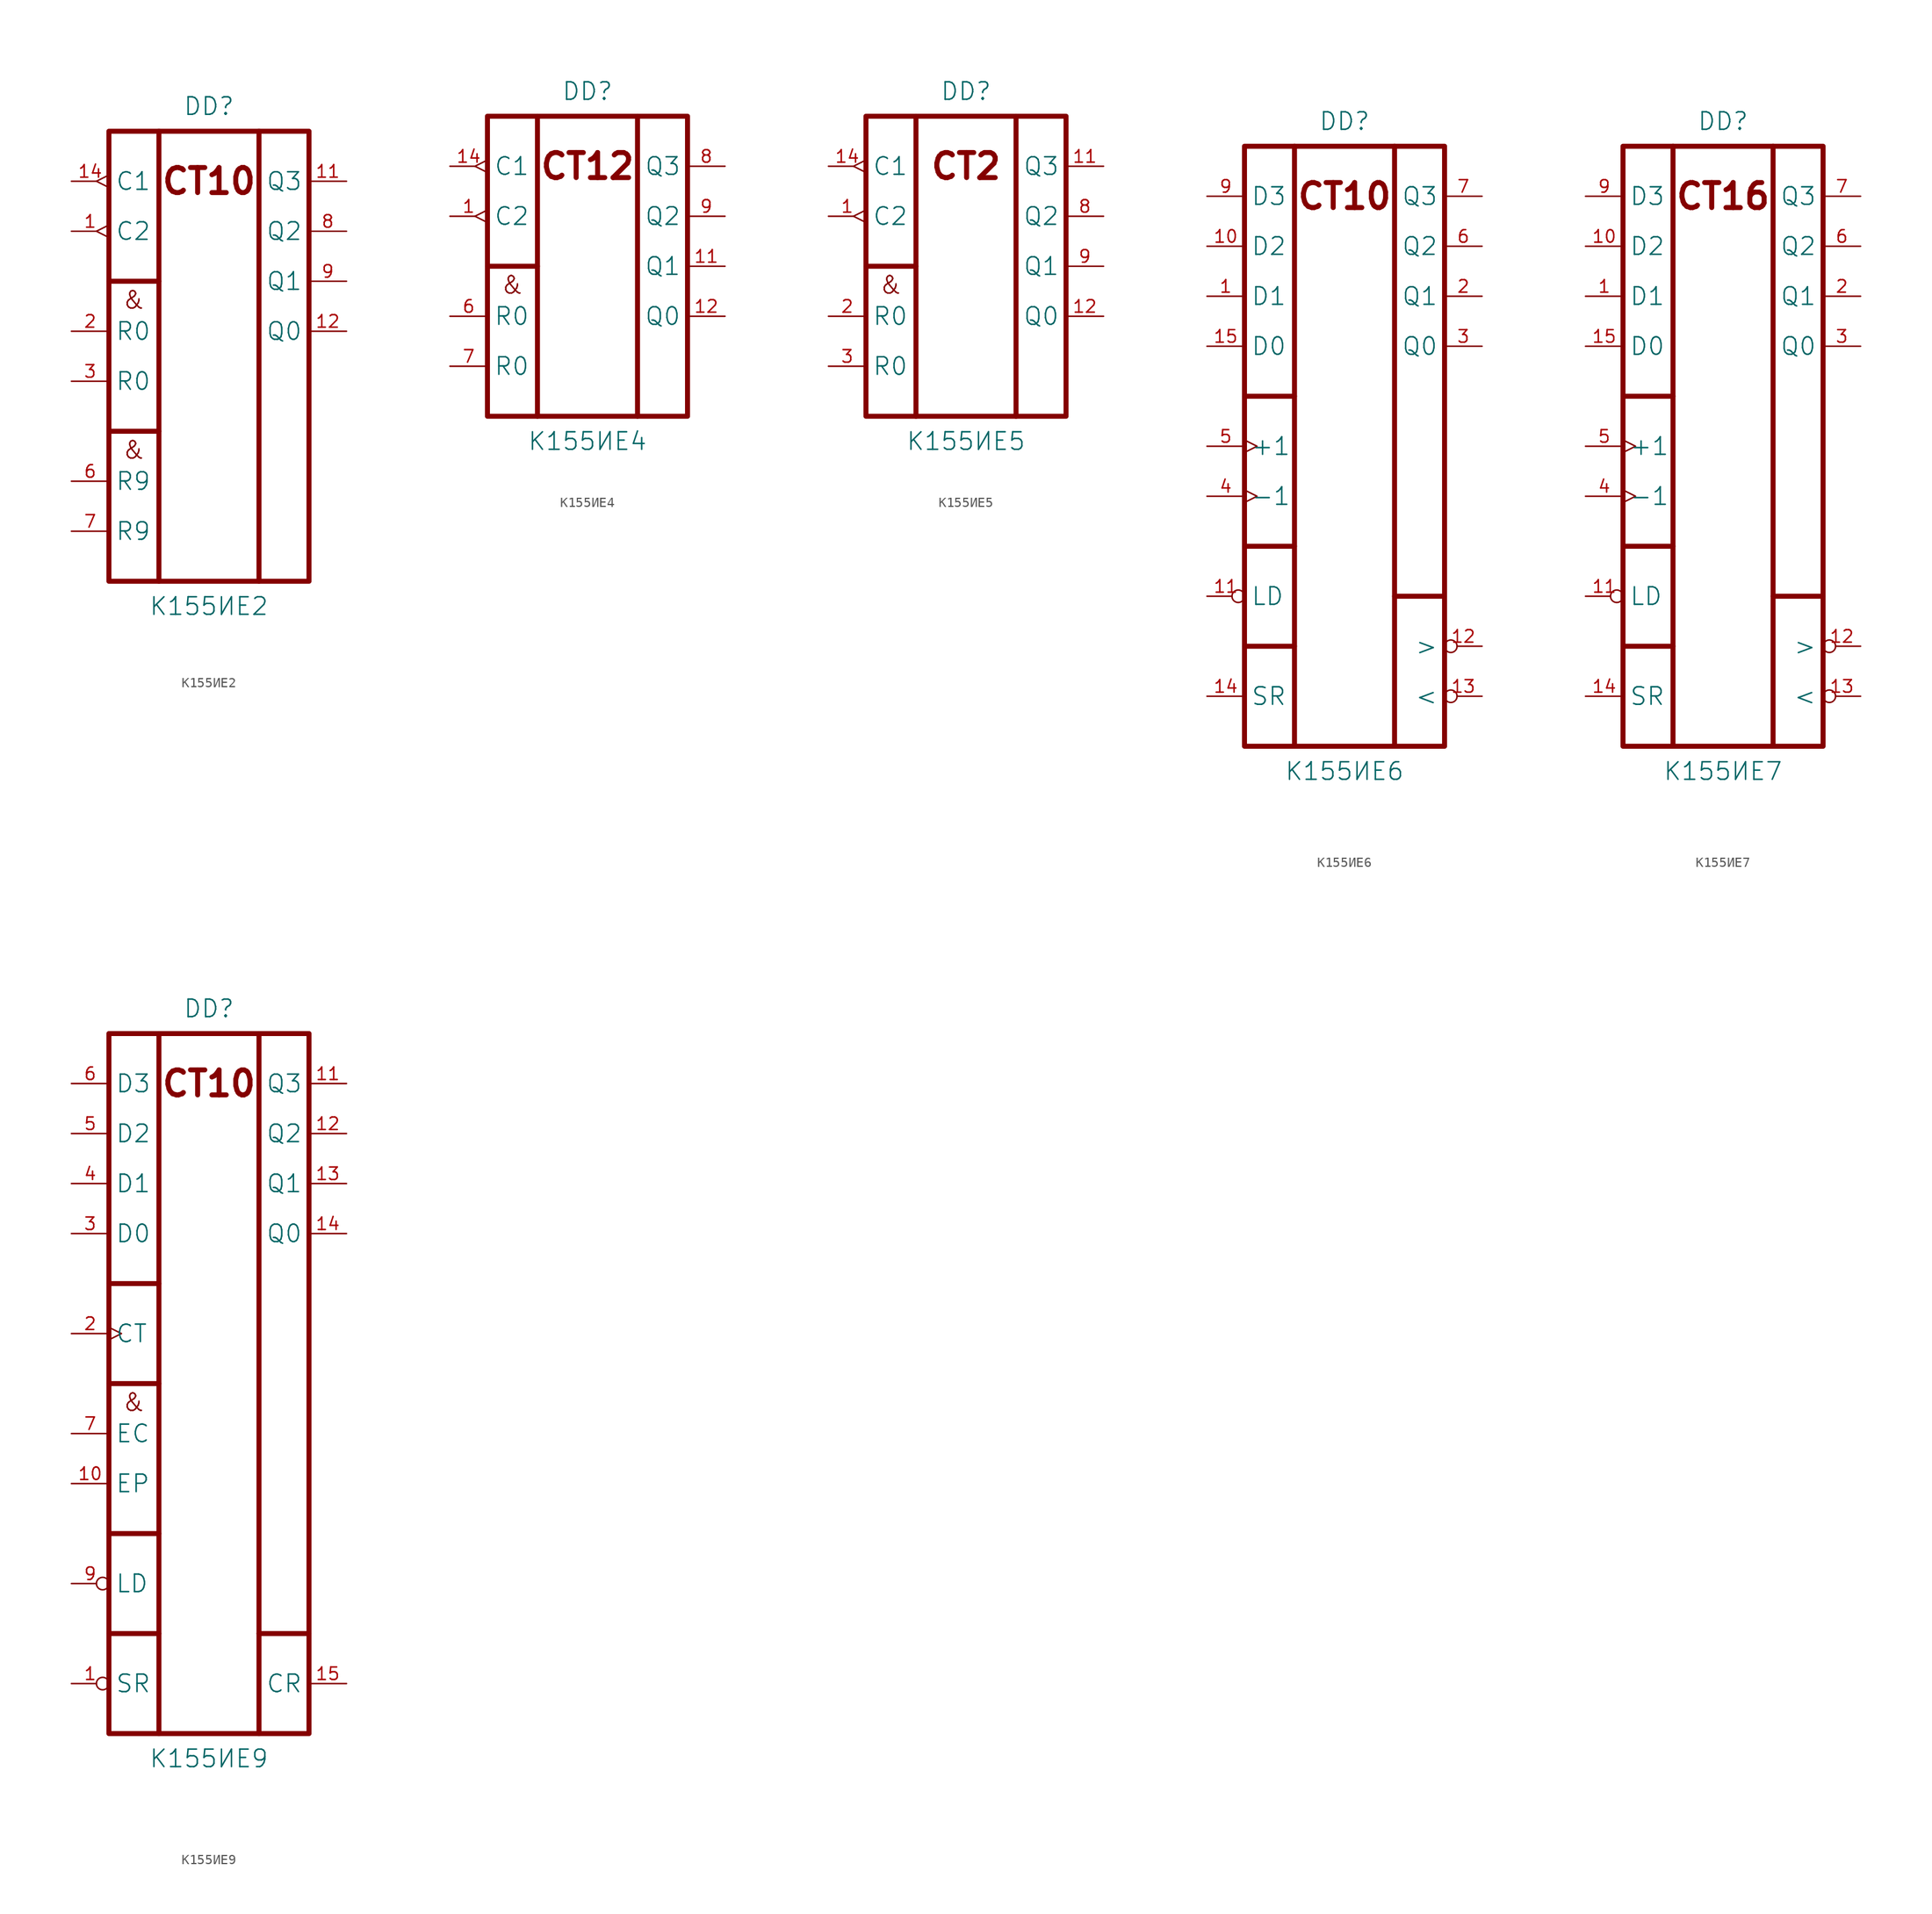
<source format=kicad_sym>
(kicad_symbol_lib
  (version 20211014)
  (generator kicad_symbol_editor)
  (symbol "К155ИЕ2"
    (pin_names
      (offset 0.635))
    (property "Reference" "DD"
      (at 0 25.4 0)
      (effects (font (size 1.778 1.778))))
    (property "Value" "К155ИЕ2"
      (at 0 -25.4 0)
      (effects (font (size 1.778 1.778))))
    (symbol "К155ИЕ2_0_0"
      (polyline (pts (xy 5.08 22.86) (xy 5.08 -22.86)) (stroke (width 0.508) (type default) (color 0 0 0 0)) (fill (type none)))
      (text "&" (at -7.62 -9.525 0) (effects (font (size 1.778 1.778))))
      (text "&" (at -7.62 5.715 0) (effects (font (size 1.778 1.778))))
      (text "CT10" (at 0 17.78 0) (effects (font (size 2.54 2.54) bold))))
    (symbol "К155ИЕ2_0_1"
      (rectangle (start -10.16 22.86) (end 10.16 -22.86) (stroke (width 0.508) (type default) (color 0 0 0 0)) (fill (type none)))
      (polyline (pts (xy -5.08 -7.62) (xy -10.16 -7.62)) (stroke (width 0.508) (type default) (color 0 0 0 0)) (fill (type none)))
      (polyline (pts (xy -5.08 7.62) (xy -10.16 7.62)) (stroke (width 0.508) (type default) (color 0 0 0 0)) (fill (type none)))
      (polyline (pts (xy -5.08 22.86) (xy -5.08 -22.86)) (stroke (width 0.508) (type default) (color 0 0 0 0)) (fill (type none))))
    (symbol "К155ИЕ2_1_1"
      (pin input edge_clock_high (at -13.97 12.7 0) (length 3.81) (name "C2" (effects (font (size 1.778 1.778)))) (number "1" (effects (font (size 1.27 1.27)))))
      (pin power_in non_logic (at 13.97 -20.32 180) (length 3.81) hide (name "GND" (effects (font (size 1.27 1.27)))) (number "10" (effects (font (size 1.27 1.27)))))
      (pin output line (at 13.97 17.78 180) (length 3.81) (name "Q3" (effects (font (size 1.778 1.778)))) (number "11" (effects (font (size 1.27 1.27)))))
      (pin output line (at 13.97 2.54 180) (length 3.81) (name "Q0" (effects (font (size 1.778 1.778)))) (number "12" (effects (font (size 1.27 1.27)))))
      (pin input edge_clock_high (at -13.97 17.78 0) (length 3.81) (name "C1" (effects (font (size 1.778 1.778)))) (number "14" (effects (font (size 1.27 1.27)))))
      (pin input line (at -13.97 2.54 0) (length 3.81) (name "R0" (effects (font (size 1.778 1.778)))) (number "2" (effects (font (size 1.27 1.27)))))
      (pin input line (at -13.97 -2.54 0) (length 3.81) (name "R0" (effects (font (size 1.778 1.778)))) (number "3" (effects (font (size 1.27 1.27)))))
      (pin power_in non_logic (at 13.97 20.32 180) (length 3.81) hide (name "VCC" (effects (font (size 1.27 1.27)))) (number "5" (effects (font (size 1.27 1.27)))))
      (pin input line (at -13.97 -12.7 0) (length 3.81) (name "R9" (effects (font (size 1.778 1.778)))) (number "6" (effects (font (size 1.27 1.27)))))
      (pin input line (at -13.97 -17.78 0) (length 3.81) (name "R9" (effects (font (size 1.778 1.778)))) (number "7" (effects (font (size 1.27 1.27)))))
      (pin output line (at 13.97 12.7 180) (length 3.81) (name "Q2" (effects (font (size 1.778 1.778)))) (number "8" (effects (font (size 1.27 1.27)))))
      (pin output line (at 13.97 7.62 180) (length 3.81) (name "Q1" (effects (font (size 1.778 1.778)))) (number "9" (effects (font (size 1.27 1.27)))))))
  (symbol "К155ИЕ4"
    (pin_names
      (offset 0.635))
    (property "Reference" "DD"
      (at 0 17.78 0)
      (effects (font (size 1.778 1.778))))
    (property "Value" "К155ИЕ4"
      (at 0 -17.78 0)
      (effects (font (size 1.778 1.778))))
    (symbol "К155ИЕ4_0_0"
      (polyline (pts (xy 5.08 15.24) (xy 5.08 -15.24)) (stroke (width 0.508) (type default) (color 0 0 0 0)) (fill (type none)))
      (text "&" (at -7.62 -1.905 0) (effects (font (size 1.778 1.778))))
      (text "CT12" (at 0 10.16 0) (effects (font (size 2.54 2.54) bold))))
    (symbol "К155ИЕ4_0_1"
      (rectangle (start -10.16 15.24) (end 10.16 -15.24) (stroke (width 0.508) (type default) (color 0 0 0 0)) (fill (type none)))
      (polyline (pts (xy -5.08 0) (xy -10.16 0)) (stroke (width 0.508) (type default) (color 0 0 0 0)) (fill (type none)))
      (polyline (pts (xy -5.08 15.24) (xy -5.08 -15.24)) (stroke (width 0.508) (type default) (color 0 0 0 0)) (fill (type none))))
    (symbol "К155ИЕ4_1_1"
      (pin input edge_clock_high (at -13.97 5.08 0) (length 3.81) (name "C2" (effects (font (size 1.778 1.778)))) (number "1" (effects (font (size 1.27 1.27)))))
      (pin power_in non_logic (at 13.97 -12.7 180) (length 3.81) hide (name "GND" (effects (font (size 1.27 1.27)))) (number "10" (effects (font (size 1.27 1.27)))))
      (pin output line (at 13.97 0 180) (length 3.81) (name "Q1" (effects (font (size 1.778 1.778)))) (number "11" (effects (font (size 1.27 1.27)))))
      (pin output line (at 13.97 -5.08 180) (length 3.81) (name "Q0" (effects (font (size 1.778 1.778)))) (number "12" (effects (font (size 1.27 1.27)))))
      (pin input edge_clock_high (at -13.97 10.16 0) (length 3.81) (name "C1" (effects (font (size 1.778 1.778)))) (number "14" (effects (font (size 1.27 1.27)))))
      (pin power_in non_logic (at 13.97 12.7 180) (length 3.81) hide (name "VCC" (effects (font (size 1.27 1.27)))) (number "5" (effects (font (size 1.27 1.27)))))
      (pin input line (at -13.97 -5.08 0) (length 3.81) (name "R0" (effects (font (size 1.778 1.778)))) (number "6" (effects (font (size 1.27 1.27)))))
      (pin input line (at -13.97 -10.16 0) (length 3.81) (name "R0" (effects (font (size 1.778 1.778)))) (number "7" (effects (font (size 1.27 1.27)))))
      (pin output line (at 13.97 10.16 180) (length 3.81) (name "Q3" (effects (font (size 1.778 1.778)))) (number "8" (effects (font (size 1.27 1.27)))))
      (pin output line (at 13.97 5.08 180) (length 3.81) (name "Q2" (effects (font (size 1.778 1.778)))) (number "9" (effects (font (size 1.27 1.27)))))))
  (symbol "К155ИЕ5"
    (pin_names
      (offset 0.635))
    (property "Reference" "DD"
      (at 0 17.78 0)
      (effects (font (size 1.778 1.778))))
    (property "Value" "К155ИЕ5"
      (at 0 -17.78 0)
      (effects (font (size 1.778 1.778))))
    (symbol "К155ИЕ5_0_0"
      (polyline (pts (xy 5.08 15.24) (xy 5.08 -15.24)) (stroke (width 0.508) (type default) (color 0 0 0 0)) (fill (type none)))
      (text "&" (at -7.62 -1.905 0) (effects (font (size 1.778 1.778))))
      (text "CT2" (at 0 10.16 0) (effects (font (size 2.54 2.54) bold))))
    (symbol "К155ИЕ5_0_1"
      (rectangle (start -10.16 15.24) (end 10.16 -15.24) (stroke (width 0.508) (type default) (color 0 0 0 0)) (fill (type none)))
      (polyline (pts (xy -5.08 0) (xy -10.16 0)) (stroke (width 0.508) (type default) (color 0 0 0 0)) (fill (type none)))
      (polyline (pts (xy -5.08 15.24) (xy -5.08 -15.24)) (stroke (width 0.508) (type default) (color 0 0 0 0)) (fill (type none))))
    (symbol "К155ИЕ5_1_1"
      (pin input edge_clock_high (at -13.97 5.08 0) (length 3.81) (name "C2" (effects (font (size 1.778 1.778)))) (number "1" (effects (font (size 1.27 1.27)))))
      (pin power_in non_logic (at 13.97 -12.7 180) (length 3.81) hide (name "GND" (effects (font (size 1.27 1.27)))) (number "10" (effects (font (size 1.27 1.27)))))
      (pin output line (at 13.97 10.16 180) (length 3.81) (name "Q3" (effects (font (size 1.778 1.778)))) (number "11" (effects (font (size 1.27 1.27)))))
      (pin output line (at 13.97 -5.08 180) (length 3.81) (name "Q0" (effects (font (size 1.778 1.778)))) (number "12" (effects (font (size 1.27 1.27)))))
      (pin input edge_clock_high (at -13.97 10.16 0) (length 3.81) (name "C1" (effects (font (size 1.778 1.778)))) (number "14" (effects (font (size 1.27 1.27)))))
      (pin input line (at -13.97 -5.08 0) (length 3.81) (name "R0" (effects (font (size 1.778 1.778)))) (number "2" (effects (font (size 1.27 1.27)))))
      (pin input line (at -13.97 -10.16 0) (length 3.81) (name "R0" (effects (font (size 1.778 1.778)))) (number "3" (effects (font (size 1.27 1.27)))))
      (pin power_in non_logic (at 13.97 12.7 180) (length 3.81) hide (name "VCC" (effects (font (size 1.27 1.27)))) (number "5" (effects (font (size 1.27 1.27)))))
      (pin output line (at 13.97 5.08 180) (length 3.81) (name "Q2" (effects (font (size 1.778 1.778)))) (number "8" (effects (font (size 1.27 1.27)))))
      (pin output line (at 13.97 0 180) (length 3.81) (name "Q1" (effects (font (size 1.778 1.778)))) (number "9" (effects (font (size 1.27 1.27)))))))
  (symbol "К155ИЕ6"
    (pin_names
      (offset 0.635))
    (property "Reference" "DD"
      (at 0 33.02 0)
      (effects (font (size 1.778 1.778))))
    (property "Value" "К155ИЕ6"
      (at 0 -33.02 0)
      (effects (font (size 1.778 1.778))))
    (symbol "К155ИЕ6_0_0"
      (polyline (pts (xy 5.08 -15.24) (xy 10.16 -15.24)) (stroke (width 0.508) (type default) (color 0 0 0 0)) (fill (type none)))
      (polyline (pts (xy 5.08 30.48) (xy 5.08 -30.48)) (stroke (width 0.508) (type default) (color 0 0 0 0)) (fill (type none)))
      (text "CT10" (at 0 25.4 0) (effects (font (size 2.54 2.54) bold))))
    (symbol "К155ИЕ6_0_1"
      (rectangle (start -10.16 30.48) (end 10.16 -30.48) (stroke (width 0.508) (type default) (color 0 0 0 0)) (fill (type none)))
      (polyline (pts (xy -5.08 -20.32) (xy -10.16 -20.32)) (stroke (width 0.508) (type default) (color 0 0 0 0)) (fill (type none)))
      (polyline (pts (xy -5.08 -10.16) (xy -10.16 -10.16)) (stroke (width 0.508) (type default) (color 0 0 0 0)) (fill (type none)))
      (polyline (pts (xy -5.08 5.08) (xy -10.16 5.08)) (stroke (width 0.508) (type default) (color 0 0 0 0)) (fill (type none)))
      (polyline (pts (xy -5.08 30.48) (xy -5.08 -30.48)) (stroke (width 0.508) (type default) (color 0 0 0 0)) (fill (type none))))
    (symbol "К155ИЕ6_1_1"
      (pin input line (at -13.97 15.24 0) (length 3.81) (name "D1" (effects (font (size 1.778 1.778)))) (number "1" (effects (font (size 1.27 1.27)))))
      (pin input line (at -13.97 20.32 0) (length 3.81) (name "D2" (effects (font (size 1.778 1.778)))) (number "10" (effects (font (size 1.27 1.27)))))
      (pin input inverted (at -13.97 -15.24 0) (length 3.81) (name "LD" (effects (font (size 1.778 1.778)))) (number "11" (effects (font (size 1.27 1.27)))))
      (pin output inverted (at 13.97 -20.32 180) (length 3.81) (name ">" (effects (font (size 1.778 1.778)))) (number "12" (effects (font (size 1.27 1.27)))))
      (pin output inverted (at 13.97 -25.4 180) (length 3.81) (name "<" (effects (font (size 1.778 1.778)))) (number "13" (effects (font (size 1.27 1.27)))))
      (pin input line (at -13.97 -25.4 0) (length 3.81) (name "SR" (effects (font (size 1.778 1.778)))) (number "14" (effects (font (size 1.27 1.27)))))
      (pin input line (at -13.97 10.16 0) (length 3.81) (name "D0" (effects (font (size 1.778 1.778)))) (number "15" (effects (font (size 1.27 1.27)))))
      (pin power_in non_logic (at 13.97 27.94 180) (length 3.81) hide (name "VCC" (effects (font (size 1.27 1.27)))) (number "16" (effects (font (size 1.27 1.27)))))
      (pin output line (at 13.97 15.24 180) (length 3.81) (name "Q1" (effects (font (size 1.778 1.778)))) (number "2" (effects (font (size 1.27 1.27)))))
      (pin output line (at 13.97 10.16 180) (length 3.81) (name "Q0" (effects (font (size 1.778 1.778)))) (number "3" (effects (font (size 1.27 1.27)))))
      (pin input clock (at -13.97 -5.08 0) (length 3.81) (name "-1" (effects (font (size 1.778 1.778)))) (number "4" (effects (font (size 1.27 1.27)))))
      (pin input clock (at -13.97 0 0) (length 3.81) (name "+1" (effects (font (size 1.778 1.778)))) (number "5" (effects (font (size 1.27 1.27)))))
      (pin output line (at 13.97 20.32 180) (length 3.81) (name "Q2" (effects (font (size 1.778 1.778)))) (number "6" (effects (font (size 1.27 1.27)))))
      (pin output line (at 13.97 25.4 180) (length 3.81) (name "Q3" (effects (font (size 1.778 1.778)))) (number "7" (effects (font (size 1.27 1.27)))))
      (pin power_in non_logic (at 13.97 -27.94 180) (length 3.81) hide (name "GND" (effects (font (size 1.27 1.27)))) (number "8" (effects (font (size 1.27 1.27)))))
      (pin input line (at -13.97 25.4 0) (length 3.81) (name "D3" (effects (font (size 1.778 1.778)))) (number "9" (effects (font (size 1.27 1.27)))))))
  (symbol "К155ИЕ7"
    (pin_names
      (offset 0.635))
    (property "Reference" "DD"
      (at 0 33.02 0)
      (effects (font (size 1.778 1.778))))
    (property "Value" "К155ИЕ7"
      (at 0 -33.02 0)
      (effects (font (size 1.778 1.778))))
    (symbol "К155ИЕ7_0_0"
      (polyline (pts (xy 5.08 -15.24) (xy 10.16 -15.24)) (stroke (width 0.508) (type default) (color 0 0 0 0)) (fill (type none)))
      (polyline (pts (xy 5.08 30.48) (xy 5.08 -30.48)) (stroke (width 0.508) (type default) (color 0 0 0 0)) (fill (type none)))
      (text "CT16" (at 0 25.4 0) (effects (font (size 2.54 2.54) bold))))
    (symbol "К155ИЕ7_0_1"
      (rectangle (start -10.16 30.48) (end 10.16 -30.48) (stroke (width 0.508) (type default) (color 0 0 0 0)) (fill (type none)))
      (polyline (pts (xy -5.08 -20.32) (xy -10.16 -20.32)) (stroke (width 0.508) (type default) (color 0 0 0 0)) (fill (type none)))
      (polyline (pts (xy -5.08 -10.16) (xy -10.16 -10.16)) (stroke (width 0.508) (type default) (color 0 0 0 0)) (fill (type none)))
      (polyline (pts (xy -5.08 5.08) (xy -10.16 5.08)) (stroke (width 0.508) (type default) (color 0 0 0 0)) (fill (type none)))
      (polyline (pts (xy -5.08 30.48) (xy -5.08 -30.48)) (stroke (width 0.508) (type default) (color 0 0 0 0)) (fill (type none))))
    (symbol "К155ИЕ7_1_1"
      (pin input line (at -13.97 15.24 0) (length 3.81) (name "D1" (effects (font (size 1.778 1.778)))) (number "1" (effects (font (size 1.27 1.27)))))
      (pin input line (at -13.97 20.32 0) (length 3.81) (name "D2" (effects (font (size 1.778 1.778)))) (number "10" (effects (font (size 1.27 1.27)))))
      (pin input inverted (at -13.97 -15.24 0) (length 3.81) (name "LD" (effects (font (size 1.778 1.778)))) (number "11" (effects (font (size 1.27 1.27)))))
      (pin output inverted (at 13.97 -20.32 180) (length 3.81) (name ">" (effects (font (size 1.778 1.778)))) (number "12" (effects (font (size 1.27 1.27)))))
      (pin output inverted (at 13.97 -25.4 180) (length 3.81) (name "<" (effects (font (size 1.778 1.778)))) (number "13" (effects (font (size 1.27 1.27)))))
      (pin input line (at -13.97 -25.4 0) (length 3.81) (name "SR" (effects (font (size 1.778 1.778)))) (number "14" (effects (font (size 1.27 1.27)))))
      (pin input line (at -13.97 10.16 0) (length 3.81) (name "D0" (effects (font (size 1.778 1.778)))) (number "15" (effects (font (size 1.27 1.27)))))
      (pin power_in non_logic (at 13.97 27.94 180) (length 3.81) hide (name "VCC" (effects (font (size 1.27 1.27)))) (number "16" (effects (font (size 1.27 1.27)))))
      (pin output line (at 13.97 15.24 180) (length 3.81) (name "Q1" (effects (font (size 1.778 1.778)))) (number "2" (effects (font (size 1.27 1.27)))))
      (pin output line (at 13.97 10.16 180) (length 3.81) (name "Q0" (effects (font (size 1.778 1.778)))) (number "3" (effects (font (size 1.27 1.27)))))
      (pin input clock (at -13.97 -5.08 0) (length 3.81) (name "-1" (effects (font (size 1.778 1.778)))) (number "4" (effects (font (size 1.27 1.27)))))
      (pin input clock (at -13.97 0 0) (length 3.81) (name "+1" (effects (font (size 1.778 1.778)))) (number "5" (effects (font (size 1.27 1.27)))))
      (pin output line (at 13.97 20.32 180) (length 3.81) (name "Q2" (effects (font (size 1.778 1.778)))) (number "6" (effects (font (size 1.27 1.27)))))
      (pin output line (at 13.97 25.4 180) (length 3.81) (name "Q3" (effects (font (size 1.778 1.778)))) (number "7" (effects (font (size 1.27 1.27)))))
      (pin power_in non_logic (at 13.97 -27.94 180) (length 3.81) hide (name "GND" (effects (font (size 1.27 1.27)))) (number "8" (effects (font (size 1.27 1.27)))))
      (pin input line (at -13.97 25.4 0) (length 3.81) (name "D3" (effects (font (size 1.778 1.778)))) (number "9" (effects (font (size 1.27 1.27)))))))
  (symbol "К155ИЕ9"
    (pin_names
      (offset 0.635))
    (property "Reference" "DD"
      (at 0 38.1 0)
      (effects (font (size 1.778 1.778))))
    (property "Value" "К155ИЕ9"
      (at 0 -38.1 0)
      (effects (font (size 1.778 1.778))))
    (symbol "К155ИЕ9_0_0"
      (polyline (pts (xy -5.08 -15.24) (xy -10.16 -15.24)) (stroke (width 0.508) (type default) (color 0 0 0 0)) (fill (type none)))
      (polyline (pts (xy 5.08 -25.4) (xy 10.16 -25.4)) (stroke (width 0.508) (type default) (color 0 0 0 0)) (fill (type none)))
      (polyline (pts (xy 5.08 35.56) (xy 5.08 -35.56)) (stroke (width 0.508) (type default) (color 0 0 0 0)) (fill (type none)))
      (text "&" (at -7.62 -1.905 0) (effects (font (size 1.778 1.778))))
      (text "CT10" (at 0 30.48 0) (effects (font (size 2.54 2.54) bold))))
    (symbol "К155ИЕ9_0_1"
      (rectangle (start -10.16 35.56) (end 10.16 -35.56) (stroke (width 0.508) (type default) (color 0 0 0 0)) (fill (type none)))
      (polyline (pts (xy -5.08 -25.4) (xy -10.16 -25.4)) (stroke (width 0.508) (type default) (color 0 0 0 0)) (fill (type none)))
      (polyline (pts (xy -5.08 0) (xy -10.16 0)) (stroke (width 0.508) (type default) (color 0 0 0 0)) (fill (type none)))
      (polyline (pts (xy -5.08 10.16) (xy -10.16 10.16)) (stroke (width 0.508) (type default) (color 0 0 0 0)) (fill (type none)))
      (polyline (pts (xy -5.08 35.56) (xy -5.08 -35.56)) (stroke (width 0.508) (type default) (color 0 0 0 0)) (fill (type none))))
    (symbol "К155ИЕ9_1_1"
      (pin input inverted (at -13.97 -30.48 0) (length 3.81) (name "SR" (effects (font (size 1.778 1.778)))) (number "1" (effects (font (size 1.27 1.27)))))
      (pin input line (at -13.97 -10.16 0) (length 3.81) (name "EP" (effects (font (size 1.778 1.778)))) (number "10" (effects (font (size 1.27 1.27)))))
      (pin output line (at 13.97 30.48 180) (length 3.81) (name "Q3" (effects (font (size 1.778 1.778)))) (number "11" (effects (font (size 1.27 1.27)))))
      (pin output line (at 13.97 25.4 180) (length 3.81) (name "Q2" (effects (font (size 1.778 1.778)))) (number "12" (effects (font (size 1.27 1.27)))))
      (pin output line (at 13.97 20.32 180) (length 3.81) (name "Q1" (effects (font (size 1.778 1.778)))) (number "13" (effects (font (size 1.27 1.27)))))
      (pin output line (at 13.97 15.24 180) (length 3.81) (name "Q0" (effects (font (size 1.778 1.778)))) (number "14" (effects (font (size 1.27 1.27)))))
      (pin output line (at 13.97 -30.48 180) (length 3.81) (name "CR" (effects (font (size 1.778 1.778)))) (number "15" (effects (font (size 1.27 1.27)))))
      (pin power_in non_logic (at 13.97 33.02 180) (length 3.81) hide (name "VCC" (effects (font (size 1.27 1.27)))) (number "16" (effects (font (size 1.27 1.27)))))
      (pin input clock (at -13.97 5.08 0) (length 3.81) (name "CT" (effects (font (size 1.778 1.778)))) (number "2" (effects (font (size 1.27 1.27)))))
      (pin input line (at -13.97 15.24 0) (length 3.81) (name "D0" (effects (font (size 1.778 1.778)))) (number "3" (effects (font (size 1.27 1.27)))))
      (pin input line (at -13.97 20.32 0) (length 3.81) (name "D1" (effects (font (size 1.778 1.778)))) (number "4" (effects (font (size 1.27 1.27)))))
      (pin input line (at -13.97 25.4 0) (length 3.81) (name "D2" (effects (font (size 1.778 1.778)))) (number "5" (effects (font (size 1.27 1.27)))))
      (pin input line (at -13.97 30.48 0) (length 3.81) (name "D3" (effects (font (size 1.778 1.778)))) (number "6" (effects (font (size 1.27 1.27)))))
      (pin input line (at -13.97 -5.08 0) (length 3.81) (name "EC" (effects (font (size 1.778 1.778)))) (number "7" (effects (font (size 1.27 1.27)))))
      (pin power_in non_logic (at 13.97 -33.02 180) (length 3.81) hide (name "GND" (effects (font (size 1.27 1.27)))) (number "8" (effects (font (size 1.27 1.27)))))
      (pin input inverted (at -13.97 -20.32 0) (length 3.81) (name "LD" (effects (font (size 1.778 1.778)))) (number "9" (effects (font (size 1.27 1.27))))))))
</source>
